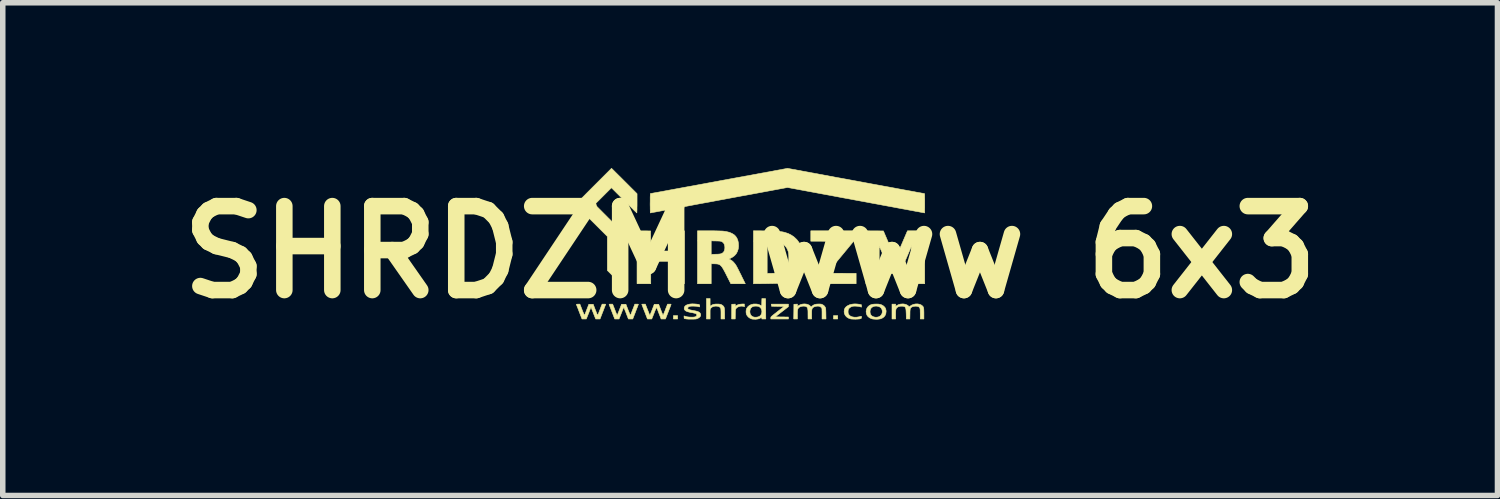
<source format=kicad_pcb>
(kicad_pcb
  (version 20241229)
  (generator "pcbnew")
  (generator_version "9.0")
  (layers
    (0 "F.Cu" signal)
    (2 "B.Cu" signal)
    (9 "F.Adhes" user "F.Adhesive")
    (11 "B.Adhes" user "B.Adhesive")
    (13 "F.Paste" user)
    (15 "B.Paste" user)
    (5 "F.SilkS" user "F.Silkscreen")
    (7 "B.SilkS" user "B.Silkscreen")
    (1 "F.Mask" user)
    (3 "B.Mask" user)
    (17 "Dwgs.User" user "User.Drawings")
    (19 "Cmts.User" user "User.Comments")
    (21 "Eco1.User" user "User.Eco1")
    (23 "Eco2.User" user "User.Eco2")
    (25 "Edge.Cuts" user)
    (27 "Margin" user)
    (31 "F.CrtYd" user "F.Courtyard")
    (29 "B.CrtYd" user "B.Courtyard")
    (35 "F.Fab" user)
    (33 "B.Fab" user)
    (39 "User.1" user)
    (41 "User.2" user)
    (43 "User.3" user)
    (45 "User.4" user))
  (footprint "SHRDZM www 6x3"
    (layer "F.Cu")
    (at 10.566 1.526)
    (property "Reference" "SHRDZM www 6x3" (at 0 0 0) (layer "F.SilkS") (effects (font (size 1.524 1.524) (thickness 0.3))))
    (attr through_hole)
    (fp_poly (pts (xy -1.316 1.214) (xy -1.392 1.214) (xy -1.392 1.153) (xy -1.316 1.153) (xy -1.316 1.214)) (stroke (width 0.01) (type solid)) (fill yes) (layer "F.SilkS"))
    (fp_poly (pts (xy 1.59 1.214) (xy 1.514 1.214) (xy 1.514 1.153) (xy 1.59 1.153) (xy 1.59 1.214)) (stroke (width 0.01) (type solid)) (fill yes) (layer "F.SilkS"))
    (fp_poly (pts (xy 1.91 -0.234) (xy 1.399 0.384) (xy 1.925 0.386) (xy 1.925 0.574) (xy 1.087 0.574) (xy 1.087 0.426) (xy 1.601 -0.196) (xy 1.102 -0.198) (xy 1.102 -0.386) (xy 1.91 -0.386) (xy 1.91 -0.234)) (stroke (width 0.01) (type solid)) (fill yes) (layer "F.SilkS"))
    (fp_poly (pts (xy -1.929 -0.385) (xy -1.806 -0.384) (xy -1.803 -0.02) (xy -1.443 -0.02) (xy -1.443 -0.386) (xy -1.194 -0.386) (xy -1.194 0.574) (xy -1.443 0.574) (xy -1.443 0.168) (xy -1.803 0.168) (xy -1.803 0.574) (xy -2.052 0.574) (xy -2.052 -0.386) (xy -1.929 -0.385)) (stroke (width 0.01) (type solid)) (fill yes) (layer "F.SilkS"))
    (fp_poly (pts (xy 0.696 0.99) (xy 0.456 1.176) (xy 0.576 1.177) (xy 0.696 1.179) (xy 0.696 1.214) (xy 0.376 1.214) (xy 0.376 1.194) (xy 0.376 1.189) (xy 0.377 1.184) (xy 0.38 1.178) (xy 0.385 1.172) (xy 0.394 1.163) (xy 0.407 1.152) (xy 0.425 1.137) (xy 0.448 1.119) (xy 0.479 1.095) (xy 0.496 1.081) (xy 0.616 0.988) (xy 0.389 0.983) (xy 0.385 0.945) (xy 0.696 0.945) (xy 0.696 0.99)) (stroke (width 0.01) (type solid)) (fill yes) (layer "F.SilkS"))
    (fp_poly (pts (xy -0.103 0.966) (xy -0.101 0.99) (xy -0.12 0.985) (xy -0.149 0.981) (xy -0.179 0.983) (xy -0.207 0.991) (xy -0.232 1.003) (xy -0.251 1.02) (xy -0.255 1.025) (xy -0.259 1.033) (xy -0.263 1.041) (xy -0.265 1.052) (xy -0.266 1.066) (xy -0.267 1.087) (xy -0.268 1.115) (xy -0.268 1.129) (xy -0.27 1.214) (xy -0.335 1.214) (xy -0.334 1.081) (xy -0.333 0.947) (xy -0.301 0.946) (xy -0.269 0.944) (xy -0.269 0.986) (xy -0.252 0.973) (xy -0.226 0.958) (xy -0.195 0.948) (xy -0.158 0.944) (xy -0.147 0.943) (xy -0.104 0.942) (xy -0.103 0.966)) (stroke (width 0.01) (type solid)) (fill yes) (layer "F.SilkS"))
    (fp_poly (pts (xy -2.283 -1.29) (xy -2.052 -1.059) (xy -2.052 -0.885) (xy -2.052 -0.844) (xy -2.053 -0.807) (xy -2.053 -0.774) (xy -2.054 -0.747) (xy -2.055 -0.727) (xy -2.055 -0.714) (xy -2.056 -0.711) (xy -2.06 -0.715) (xy -2.071 -0.725) (xy -2.088 -0.741) (xy -2.11 -0.762) (xy -2.136 -0.789) (xy -2.167 -0.819) (xy -2.201 -0.853) (xy -2.239 -0.89) (xy -2.278 -0.929) (xy -2.289 -0.94) (xy -2.517 -1.168) (xy -2.819 -0.866) (xy -2.581 -0.627) (xy -2.342 -0.389) (xy -2.343 0.095) (xy -2.344 0.579) (xy -2.468 0.456) (xy -2.591 0.333) (xy -2.591 -0.284) (xy -3.172 -0.863) (xy -2.844 -1.192) (xy -2.515 -1.521) (xy -2.283 -1.29)) (stroke (width 0.01) (type solid)) (fill yes) (layer "F.SilkS"))
    (fp_poly (pts (xy 2.262 -0.385) (xy 2.42 -0.384) (xy 2.526 -0.135) (xy 2.546 -0.087) (xy 2.565 -0.043) (xy 2.583 -0.002) (xy 2.599 0.035) (xy 2.612 0.065) (xy 2.623 0.09) (xy 2.631 0.107) (xy 2.635 0.117) (xy 2.636 0.118) (xy 2.638 0.114) (xy 2.644 0.102) (xy 2.654 0.082) (xy 2.666 0.055) (xy 2.681 0.022) (xy 2.698 -0.016) (xy 2.716 -0.059) (xy 2.736 -0.105) (xy 2.748 -0.132) (xy 2.857 -0.386) (xy 3.013 -0.386) (xy 3.17 -0.386) (xy 3.17 0.574) (xy 2.936 0.574) (xy 2.934 -0.117) (xy 2.825 0.137) (xy 2.716 0.391) (xy 2.637 0.39) (xy 2.559 0.389) (xy 2.452 0.138) (xy 2.344 -0.112) (xy 2.342 0.574) (xy 2.103 0.574) (xy 2.103 -0.386) (xy 2.262 -0.385)) (stroke (width 0.01) (type solid)) (fill yes) (layer "F.SilkS"))
    (fp_poly (pts (xy -0.726 0.987) (xy -0.715 0.976) (xy -0.692 0.96) (xy -0.665 0.949) (xy -0.63 0.944) (xy -0.602 0.943) (xy -0.568 0.944) (xy -0.542 0.947) (xy -0.521 0.954) (xy -0.503 0.965) (xy -0.497 0.969) (xy -0.486 0.98) (xy -0.477 0.991) (xy -0.471 1.004) (xy -0.467 1.021) (xy -0.464 1.043) (xy -0.463 1.072) (xy -0.462 1.109) (xy -0.462 1.119) (xy -0.462 1.214) (xy -0.528 1.214) (xy -0.528 1.121) (xy -0.528 1.088) (xy -0.529 1.063) (xy -0.53 1.045) (xy -0.531 1.032) (xy -0.533 1.023) (xy -0.536 1.016) (xy -0.538 1.013) (xy -0.553 0.997) (xy -0.575 0.987) (xy -0.6 0.982) (xy -0.628 0.981) (xy -0.656 0.985) (xy -0.682 0.994) (xy -0.703 1.007) (xy -0.716 1.023) (xy -0.72 1.03) (xy -0.723 1.038) (xy -0.725 1.049) (xy -0.726 1.065) (xy -0.726 1.087) (xy -0.726 1.117) (xy -0.726 1.126) (xy -0.726 1.214) (xy -0.792 1.214) (xy -0.792 0.843) (xy -0.726 0.843) (xy -0.726 0.987)) (stroke (width 0.01) (type solid)) (fill yes) (layer "F.SilkS"))
    (fp_poly (pts (xy 1.937 0.942) (xy 1.984 0.948) (xy 1.995 0.951) (xy 2.022 0.957) (xy 2.022 0.999) (xy 1.988 0.99) (xy 1.961 0.985) (xy 1.931 0.982) (xy 1.9 0.981) (xy 1.873 0.982) (xy 1.854 0.986) (xy 1.827 0.997) (xy 1.804 1.014) (xy 1.791 1.027) (xy 1.783 1.045) (xy 1.779 1.068) (xy 1.779 1.092) (xy 1.782 1.115) (xy 1.786 1.125) (xy 1.802 1.147) (xy 1.826 1.165) (xy 1.856 1.176) (xy 1.892 1.182) (xy 1.932 1.182) (xy 1.971 1.176) (xy 1.989 1.172) (xy 2.005 1.168) (xy 2.013 1.166) (xy 2.019 1.165) (xy 2.021 1.17) (xy 2.022 1.183) (xy 2.021 1.196) (xy 2.016 1.204) (xy 2.006 1.209) (xy 2.005 1.209) (xy 1.991 1.213) (xy 1.968 1.215) (xy 1.941 1.217) (xy 1.911 1.218) (xy 1.881 1.217) (xy 1.853 1.216) (xy 1.83 1.214) (xy 1.819 1.211) (xy 1.782 1.197) (xy 1.751 1.176) (xy 1.728 1.15) (xy 1.713 1.119) (xy 1.707 1.086) (xy 1.71 1.051) (xy 1.711 1.043) (xy 1.724 1.015) (xy 1.745 0.991) (xy 1.773 0.972) (xy 1.808 0.956) (xy 1.847 0.946) (xy 1.89 0.941) (xy 1.937 0.942)) (stroke (width 0.01) (type solid)) (fill yes) (layer "F.SilkS"))
    (fp_poly (pts (xy 2.328 0.944) (xy 2.359 0.949) (xy 2.385 0.957) (xy 2.409 0.969) (xy 2.428 0.984) (xy 2.449 1.006) (xy 2.461 1.03) (xy 2.468 1.059) (xy 2.469 1.08) (xy 2.464 1.118) (xy 2.451 1.15) (xy 2.43 1.177) (xy 2.4 1.198) (xy 2.366 1.212) (xy 2.342 1.216) (xy 2.313 1.219) (xy 2.28 1.219) (xy 2.249 1.217) (xy 2.222 1.214) (xy 2.206 1.21) (xy 2.169 1.193) (xy 2.141 1.171) (xy 2.121 1.144) (xy 2.11 1.112) (xy 2.109 1.107) (xy 2.107 1.083) (xy 2.177 1.083) (xy 2.18 1.111) (xy 2.19 1.136) (xy 2.207 1.157) (xy 2.21 1.159) (xy 2.238 1.174) (xy 2.27 1.182) (xy 2.303 1.182) (xy 2.335 1.175) (xy 2.354 1.166) (xy 2.376 1.148) (xy 2.391 1.124) (xy 2.399 1.097) (xy 2.4 1.068) (xy 2.393 1.04) (xy 2.378 1.016) (xy 2.373 1.01) (xy 2.35 0.994) (xy 2.321 0.984) (xy 2.29 0.98) (xy 2.259 0.982) (xy 2.23 0.992) (xy 2.206 1.007) (xy 2.206 1.007) (xy 2.189 1.029) (xy 2.18 1.055) (xy 2.177 1.083) (xy 2.107 1.083) (xy 2.107 1.068) (xy 2.114 1.034) (xy 2.13 1.004) (xy 2.148 0.984) (xy 2.17 0.967) (xy 2.195 0.955) (xy 2.225 0.947) (xy 2.261 0.944) (xy 2.289 0.943) (xy 2.328 0.944)) (stroke (width 0.01) (type solid)) (fill yes) (layer "F.SilkS"))
    (fp_poly (pts (xy -2.455 1.046) (xy -2.444 1.076) (xy -2.433 1.103) (xy -2.424 1.124) (xy -2.417 1.14) (xy -2.414 1.147) (xy -2.413 1.148) (xy -2.411 1.144) (xy -2.405 1.131) (xy -2.397 1.111) (xy -2.387 1.087) (xy -2.376 1.058) (xy -2.372 1.048) (xy -2.333 0.947) (xy -2.254 0.947) (xy -2.217 1.044) (xy -2.205 1.073) (xy -2.194 1.1) (xy -2.185 1.121) (xy -2.179 1.136) (xy -2.175 1.144) (xy -2.175 1.145) (xy -2.17 1.143) (xy -2.166 1.135) (xy -2.165 1.132) (xy -2.161 1.122) (xy -2.154 1.104) (xy -2.145 1.081) (xy -2.135 1.054) (xy -2.125 1.03) (xy -2.092 0.945) (xy -2.059 0.945) (xy -2.041 0.945) (xy -2.032 0.946) (xy -2.028 0.949) (xy -2.029 0.954) (xy -2.032 0.961) (xy -2.038 0.976) (xy -2.046 0.998) (xy -2.057 1.025) (xy -2.069 1.056) (xy -2.081 1.088) (xy -2.13 1.214) (xy -2.209 1.214) (xy -2.243 1.126) (xy -2.254 1.097) (xy -2.265 1.07) (xy -2.275 1.046) (xy -2.282 1.028) (xy -2.286 1.019) (xy -2.294 0.999) (xy -2.336 1.107) (xy -2.379 1.214) (xy -2.457 1.214) (xy -2.506 1.088) (xy -2.519 1.054) (xy -2.531 1.023) (xy -2.542 0.996) (xy -2.55 0.975) (xy -2.556 0.96) (xy -2.558 0.954) (xy -2.559 0.949) (xy -2.555 0.946) (xy -2.545 0.945) (xy -2.528 0.945) (xy -2.495 0.945) (xy -2.455 1.046)) (stroke (width 0.01) (type solid)) (fill yes) (layer "F.SilkS"))
    (fp_poly (pts (xy 0.248 0.844) (xy 0.282 0.846) (xy 0.285 1.214) (xy 0.213 1.214) (xy 0.213 1.177) (xy 0.201 1.188) (xy 0.177 1.204) (xy 0.145 1.214) (xy 0.105 1.219) (xy 0.09 1.219) (xy 0.068 1.218) (xy 0.048 1.217) (xy 0.034 1.215) (xy 0.03 1.214) (xy -0.003 1.2) (xy -0.033 1.178) (xy -0.055 1.151) (xy -0.065 1.133) (xy -0.071 1.111) (xy -0.073 1.083) (xy -0.073 1.074) (xy -0.004 1.074) (xy -0.004 1.09) (xy 0.002 1.122) (xy 0.016 1.147) (xy 0.036 1.166) (xy 0.065 1.179) (xy 0.086 1.182) (xy 0.112 1.182) (xy 0.138 1.178) (xy 0.161 1.171) (xy 0.168 1.168) (xy 0.189 1.151) (xy 0.204 1.128) (xy 0.212 1.101) (xy 0.214 1.073) (xy 0.209 1.045) (xy 0.197 1.02) (xy 0.18 1.002) (xy 0.159 0.989) (xy 0.132 0.982) (xy 0.099 0.981) (xy 0.094 0.981) (xy 0.072 0.983) (xy 0.056 0.987) (xy 0.041 0.994) (xy 0.036 0.997) (xy 0.014 1.017) (xy 0.001 1.043) (xy -0.004 1.074) (xy -0.073 1.074) (xy -0.071 1.055) (xy -0.066 1.031) (xy -0.062 1.023) (xy -0.04 0.992) (xy -0.012 0.968) (xy 0.024 0.951) (xy 0.065 0.942) (xy 0.072 0.942) (xy 0.108 0.942) (xy 0.143 0.947) (xy 0.174 0.958) (xy 0.193 0.968) (xy 0.211 0.981) (xy 0.212 0.912) (xy 0.214 0.843) (xy 0.248 0.844)) (stroke (width 0.01) (type solid)) (fill yes) (layer "F.SilkS"))
    (fp_poly (pts (xy -1.868 1.03) (xy -1.856 1.059) (xy -1.846 1.085) (xy -1.837 1.108) (xy -1.831 1.124) (xy -1.828 1.132) (xy -1.823 1.142) (xy -1.819 1.145) (xy -1.818 1.145) (xy -1.815 1.139) (xy -1.809 1.125) (xy -1.801 1.105) (xy -1.79 1.079) (xy -1.779 1.051) (xy -1.776 1.044) (xy -1.739 0.947) (xy -1.66 0.947) (xy -1.621 1.048) (xy -1.61 1.077) (xy -1.599 1.104) (xy -1.59 1.125) (xy -1.584 1.14) (xy -1.58 1.147) (xy -1.58 1.148) (xy -1.577 1.143) (xy -1.572 1.131) (xy -1.564 1.112) (xy -1.554 1.087) (xy -1.542 1.058) (xy -1.538 1.046) (xy -1.498 0.945) (xy -1.465 0.945) (xy -1.447 0.945) (xy -1.437 0.946) (xy -1.434 0.949) (xy -1.435 0.954) (xy -1.438 0.961) (xy -1.443 0.976) (xy -1.452 0.998) (xy -1.462 1.025) (xy -1.475 1.056) (xy -1.487 1.088) (xy -1.536 1.214) (xy -1.615 1.214) (xy -1.654 1.114) (xy -1.666 1.084) (xy -1.676 1.056) (xy -1.685 1.034) (xy -1.692 1.017) (xy -1.696 1.008) (xy -1.697 1.007) (xy -1.7 1.009) (xy -1.706 1.02) (xy -1.714 1.039) (xy -1.726 1.065) (xy -1.739 1.098) (xy -1.742 1.107) (xy -1.785 1.214) (xy -1.863 1.214) (xy -1.914 1.082) (xy -1.928 1.048) (xy -1.94 1.016) (xy -1.95 0.99) (xy -1.958 0.968) (xy -1.964 0.954) (xy -1.966 0.948) (xy -1.966 0.947) (xy -1.961 0.946) (xy -1.949 0.945) (xy -1.934 0.945) (xy -1.901 0.945) (xy -1.868 1.03)) (stroke (width 0.01) (type solid)) (fill yes) (layer "F.SilkS"))
    (fp_poly (pts (xy -3.05 1.046) (xy -3.038 1.076) (xy -3.027 1.103) (xy -3.018 1.124) (xy -3.012 1.14) (xy -3.008 1.147) (xy -3.007 1.148) (xy -3.005 1.143) (xy -2.999 1.131) (xy -2.991 1.112) (xy -2.981 1.087) (xy -2.97 1.058) (xy -2.966 1.048) (xy -2.927 0.947) (xy -2.848 0.947) (xy -2.811 1.044) (xy -2.799 1.073) (xy -2.789 1.1) (xy -2.78 1.121) (xy -2.773 1.136) (xy -2.769 1.144) (xy -2.769 1.145) (xy -2.766 1.142) (xy -2.76 1.131) (xy -2.752 1.115) (xy -2.747 1.101) (xy -2.737 1.075) (xy -2.725 1.045) (xy -2.713 1.014) (xy -2.708 0.999) (xy -2.686 0.945) (xy -2.654 0.945) (xy -2.637 0.945) (xy -2.625 0.946) (xy -2.621 0.947) (xy -2.623 0.953) (xy -2.628 0.966) (xy -2.636 0.987) (xy -2.646 1.013) (xy -2.658 1.044) (xy -2.671 1.078) (xy -2.673 1.082) (xy -2.724 1.214) (xy -2.803 1.214) (xy -2.845 1.107) (xy -2.857 1.077) (xy -2.868 1.05) (xy -2.877 1.027) (xy -2.883 1.011) (xy -2.887 1.003) (xy -2.888 1.002) (xy -2.89 1.007) (xy -2.896 1.02) (xy -2.904 1.04) (xy -2.914 1.065) (xy -2.925 1.094) (xy -2.931 1.109) (xy -2.973 1.214) (xy -3.051 1.214) (xy -3.101 1.086) (xy -3.114 1.052) (xy -3.126 1.02) (xy -3.137 0.994) (xy -3.145 0.972) (xy -3.151 0.958) (xy -3.153 0.951) (xy -3.153 0.951) (xy -3.152 0.948) (xy -3.143 0.946) (xy -3.125 0.945) (xy -3.123 0.945) (xy -3.089 0.945) (xy -3.05 1.046)) (stroke (width 0.01) (type solid)) (fill yes) (layer "F.SilkS"))
    (fp_poly (pts (xy 2.789 0.942) (xy 2.815 0.947) (xy 2.84 0.956) (xy 2.861 0.967) (xy 2.876 0.98) (xy 2.878 0.983) (xy 2.886 0.995) (xy 2.905 0.981) (xy 2.936 0.961) (xy 2.971 0.948) (xy 3.007 0.941) (xy 3.044 0.941) (xy 3.078 0.948) (xy 3.108 0.961) (xy 3.122 0.972) (xy 3.133 0.981) (xy 3.141 0.991) (xy 3.146 1.003) (xy 3.15 1.017) (xy 3.153 1.036) (xy 3.154 1.061) (xy 3.155 1.094) (xy 3.155 1.117) (xy 3.155 1.214) (xy 3.089 1.214) (xy 3.089 1.121) (xy 3.088 1.085) (xy 3.088 1.058) (xy 3.086 1.037) (xy 3.083 1.022) (xy 3.079 1.012) (xy 3.073 1.003) (xy 3.065 0.996) (xy 3.062 0.994) (xy 3.046 0.987) (xy 3.024 0.983) (xy 2.999 0.982) (xy 2.973 0.985) (xy 2.952 0.99) (xy 2.944 0.993) (xy 2.931 1.001) (xy 2.92 1.009) (xy 2.913 1.018) (xy 2.908 1.031) (xy 2.905 1.048) (xy 2.903 1.071) (xy 2.902 1.102) (xy 2.902 1.123) (xy 2.9 1.214) (xy 2.836 1.214) (xy 2.834 1.121) (xy 2.832 1.081) (xy 2.83 1.049) (xy 2.826 1.025) (xy 2.82 1.008) (xy 2.812 0.996) (xy 2.799 0.989) (xy 2.783 0.984) (xy 2.763 0.982) (xy 2.761 0.982) (xy 2.724 0.983) (xy 2.693 0.991) (xy 2.672 1.004) (xy 2.661 1.014) (xy 2.653 1.025) (xy 2.648 1.038) (xy 2.645 1.055) (xy 2.643 1.077) (xy 2.642 1.108) (xy 2.642 1.133) (xy 2.642 1.214) (xy 2.576 1.214) (xy 2.576 0.945) (xy 2.642 0.945) (xy 2.642 0.985) (xy 2.667 0.968) (xy 2.696 0.953) (xy 2.731 0.944) (xy 2.769 0.941) (xy 2.789 0.942)) (stroke (width 0.01) (type solid)) (fill yes) (layer "F.SilkS"))
    (fp_poly (pts (xy 0.273 -0.385) (xy 0.336 -0.384) (xy 0.391 -0.382) (xy 0.437 -0.381) (xy 0.477 -0.379) (xy 0.511 -0.377) (xy 0.541 -0.374) (xy 0.568 -0.37) (xy 0.592 -0.366) (xy 0.616 -0.361) (xy 0.628 -0.358) (xy 0.692 -0.337) (xy 0.751 -0.307) (xy 0.803 -0.27) (xy 0.849 -0.226) (xy 0.888 -0.175) (xy 0.919 -0.119) (xy 0.942 -0.057) (xy 0.953 -0.013) (xy 0.957 0.021) (xy 0.959 0.061) (xy 0.96 0.104) (xy 0.958 0.147) (xy 0.954 0.188) (xy 0.949 0.223) (xy 0.946 0.236) (xy 0.924 0.299) (xy 0.894 0.356) (xy 0.856 0.408) (xy 0.81 0.453) (xy 0.758 0.491) (xy 0.701 0.522) (xy 0.652 0.54) (xy 0.63 0.547) (xy 0.608 0.552) (xy 0.585 0.557) (xy 0.56 0.561) (xy 0.532 0.564) (xy 0.5 0.567) (xy 0.463 0.569) (xy 0.419 0.57) (xy 0.368 0.571) (xy 0.309 0.572) (xy 0.281 0.573) (xy 0.061 0.575) (xy 0.061 0.386) (xy 0.31 0.386) (xy 0.373 0.386) (xy 0.403 0.385) (xy 0.434 0.384) (xy 0.463 0.381) (xy 0.48 0.378) (xy 0.533 0.365) (xy 0.58 0.344) (xy 0.62 0.315) (xy 0.652 0.28) (xy 0.678 0.238) (xy 0.692 0.199) (xy 0.698 0.171) (xy 0.702 0.137) (xy 0.703 0.099) (xy 0.702 0.06) (xy 0.699 0.024) (xy 0.694 -0.005) (xy 0.692 -0.011) (xy 0.673 -0.059) (xy 0.647 -0.099) (xy 0.613 -0.133) (xy 0.571 -0.16) (xy 0.523 -0.18) (xy 0.502 -0.185) (xy 0.486 -0.189) (xy 0.461 -0.191) (xy 0.433 -0.194) (xy 0.402 -0.196) (xy 0.39 -0.197) (xy 0.31 -0.2) (xy 0.31 0.386) (xy 0.061 0.386) (xy 0.061 -0.387) (xy 0.273 -0.385)) (stroke (width 0.01) (type solid)) (fill yes) (layer "F.SilkS"))
    (fp_poly (pts (xy -0.703 -0.386) (xy -0.657 -0.386) (xy -0.613 -0.385) (xy -0.574 -0.384) (xy -0.54 -0.383) (xy -0.513 -0.382) (xy -0.494 -0.381) (xy -0.492 -0.381) (xy -0.429 -0.372) (xy -0.374 -0.358) (xy -0.328 -0.338) (xy -0.289 -0.314) (xy -0.259 -0.284) (xy -0.236 -0.247) (xy -0.22 -0.205) (xy -0.212 -0.163) (xy -0.209 -0.108) (xy -0.215 -0.057) (xy -0.23 -0.011) (xy -0.252 0.03) (xy -0.283 0.065) (xy -0.323 0.094) (xy -0.345 0.106) (xy -0.385 0.126) (xy -0.359 0.138) (xy -0.331 0.155) (xy -0.303 0.18) (xy -0.275 0.212) (xy -0.251 0.248) (xy -0.251 0.248) (xy -0.242 0.264) (xy -0.23 0.287) (xy -0.215 0.316) (xy -0.198 0.35) (xy -0.18 0.386) (xy -0.161 0.423) (xy -0.157 0.433) (xy -0.087 0.574) (xy -0.35 0.574) (xy -0.424 0.427) (xy -0.449 0.377) (xy -0.471 0.336) (xy -0.49 0.302) (xy -0.507 0.275) (xy -0.524 0.254) (xy -0.54 0.238) (xy -0.557 0.227) (xy -0.575 0.22) (xy -0.595 0.216) (xy -0.619 0.214) (xy -0.647 0.213) (xy -0.654 0.213) (xy -0.706 0.213) (xy -0.706 0.574) (xy -0.955 0.574) (xy -0.955 0.042) (xy -0.706 0.042) (xy -0.626 0.039) (xy -0.589 0.038) (xy -0.561 0.036) (xy -0.539 0.033) (xy -0.524 0.029) (xy -0.522 0.028) (xy -0.496 0.014) (xy -0.476 -0.008) (xy -0.464 -0.037) (xy -0.458 -0.072) (xy -0.459 -0.1) (xy -0.466 -0.135) (xy -0.479 -0.161) (xy -0.499 -0.181) (xy -0.512 -0.189) (xy -0.522 -0.193) (xy -0.532 -0.196) (xy -0.544 -0.199) (xy -0.56 -0.2) (xy -0.582 -0.201) (xy -0.611 -0.202) (xy -0.621 -0.202) (xy -0.706 -0.204) (xy -0.706 0.042) (xy -0.955 0.042) (xy -0.955 -0.386) (xy -0.75 -0.386) (xy -0.703 -0.386)) (stroke (width 0.01) (type solid)) (fill yes) (layer "F.SilkS"))
    (fp_poly (pts (xy -1.001 0.942) (xy -0.97 0.945) (xy -0.946 0.948) (xy -0.93 0.951) (xy -0.921 0.955) (xy -0.916 0.96) (xy -0.915 0.968) (xy -0.914 0.976) (xy -0.915 0.988) (xy -0.917 0.995) (xy -0.918 0.995) (xy -0.925 0.994) (xy -0.938 0.991) (xy -0.953 0.988) (xy -0.974 0.984) (xy -1.002 0.982) (xy -1.031 0.981) (xy -1.059 0.981) (xy -1.084 0.983) (xy -1.098 0.986) (xy -1.117 0.994) (xy -1.129 1.006) (xy -1.131 1.02) (xy -1.131 1.023) (xy -1.127 1.031) (xy -1.117 1.038) (xy -1.102 1.045) (xy -1.079 1.051) (xy -1.049 1.057) (xy -1.024 1.062) (xy -0.982 1.07) (xy -0.951 1.079) (xy -0.927 1.09) (xy -0.911 1.103) (xy -0.902 1.116) (xy -0.896 1.139) (xy -0.899 1.16) (xy -0.913 1.179) (xy -0.936 1.196) (xy -0.953 1.205) (xy -0.964 1.209) (xy -0.975 1.213) (xy -0.989 1.215) (xy -1.008 1.216) (xy -1.033 1.217) (xy -1.054 1.217) (xy -1.085 1.217) (xy -1.115 1.217) (xy -1.142 1.215) (xy -1.161 1.213) (xy -1.163 1.213) (xy -1.196 1.206) (xy -1.198 1.183) (xy -1.199 1.159) (xy -1.162 1.17) (xy -1.135 1.176) (xy -1.105 1.179) (xy -1.073 1.181) (xy -1.042 1.181) (xy -1.015 1.179) (xy -0.994 1.174) (xy -0.986 1.171) (xy -0.974 1.162) (xy -0.969 1.153) (xy -0.968 1.143) (xy -0.969 1.13) (xy -0.975 1.122) (xy -0.986 1.117) (xy -0.997 1.113) (xy -1.017 1.108) (xy -1.041 1.102) (xy -1.067 1.098) (xy -1.109 1.089) (xy -1.142 1.08) (xy -1.166 1.069) (xy -1.182 1.056) (xy -1.192 1.041) (xy -1.196 1.022) (xy -1.196 1.018) (xy -1.191 0.996) (xy -1.177 0.977) (xy -1.156 0.962) (xy -1.126 0.951) (xy -1.09 0.943) (xy -1.048 0.94) (xy -1.001 0.942)) (stroke (width 0.01) (type solid)) (fill yes) (layer "F.SilkS"))
    (fp_poly (pts (xy 1.016 0.943) (xy 1.048 0.951) (xy 1.076 0.965) (xy 1.095 0.982) (xy 1.108 0.997) (xy 1.124 0.981) (xy 1.146 0.964) (xy 1.172 0.952) (xy 1.202 0.945) (xy 1.239 0.943) (xy 1.242 0.943) (xy 1.266 0.943) (xy 1.283 0.944) (xy 1.296 0.946) (xy 1.307 0.951) (xy 1.32 0.957) (xy 1.344 0.974) (xy 1.36 0.995) (xy 1.361 0.995) (xy 1.365 1.004) (xy 1.369 1.012) (xy 1.371 1.021) (xy 1.373 1.033) (xy 1.374 1.049) (xy 1.375 1.072) (xy 1.376 1.102) (xy 1.376 1.116) (xy 1.378 1.214) (xy 1.306 1.214) (xy 1.306 1.118) (xy 1.306 1.085) (xy 1.305 1.06) (xy 1.305 1.042) (xy 1.304 1.029) (xy 1.302 1.021) (xy 1.299 1.015) (xy 1.295 1.009) (xy 1.293 1.007) (xy 1.279 0.995) (xy 1.263 0.986) (xy 1.261 0.985) (xy 1.237 0.981) (xy 1.208 0.982) (xy 1.18 0.988) (xy 1.157 0.997) (xy 1.144 1.006) (xy 1.134 1.015) (xy 1.127 1.026) (xy 1.122 1.041) (xy 1.119 1.062) (xy 1.118 1.089) (xy 1.118 1.125) (xy 1.118 1.13) (xy 1.118 1.214) (xy 1.052 1.214) (xy 1.051 1.126) (xy 1.051 1.088) (xy 1.05 1.059) (xy 1.047 1.036) (xy 1.044 1.02) (xy 1.038 1.008) (xy 1.031 0.999) (xy 1.026 0.994) (xy 1.006 0.985) (xy 0.98 0.981) (xy 0.952 0.982) (xy 0.924 0.988) (xy 0.899 0.998) (xy 0.882 1.01) (xy 0.874 1.021) (xy 0.868 1.032) (xy 0.863 1.048) (xy 0.861 1.068) (xy 0.859 1.095) (xy 0.859 1.13) (xy 0.859 1.139) (xy 0.859 1.214) (xy 0.792 1.214) (xy 0.794 1.081) (xy 0.795 0.947) (xy 0.827 0.946) (xy 0.859 0.944) (xy 0.859 0.986) (xy 0.881 0.971) (xy 0.911 0.955) (xy 0.945 0.945) (xy 0.981 0.941) (xy 1.016 0.943)) (stroke (width 0.01) (type solid)) (fill yes) (layer "F.SilkS"))
    (fp_poly (pts (xy 1.565 -1.356) (xy 1.715 -1.329) (xy 1.855 -1.303) (xy 1.986 -1.279) (xy 2.108 -1.256) (xy 2.221 -1.235) (xy 2.326 -1.216) (xy 2.423 -1.198) (xy 2.512 -1.182) (xy 2.593 -1.167) (xy 2.668 -1.153) (xy 2.736 -1.14) (xy 2.797 -1.129) (xy 2.852 -1.119) (xy 2.902 -1.11) (xy 2.945 -1.102) (xy 2.984 -1.095) (xy 3.018 -1.088) (xy 3.047 -1.083) (xy 3.073 -1.078) (xy 3.094 -1.075) (xy 3.112 -1.071) (xy 3.126 -1.069) (xy 3.138 -1.067) (xy 3.147 -1.065) (xy 3.154 -1.064) (xy 3.159 -1.063) (xy 3.163 -1.062) (xy 3.165 -1.062) (xy 3.166 -1.062) (xy 3.166 -1.062) (xy 3.167 -1.057) (xy 3.168 -1.043) (xy 3.169 -1.021) (xy 3.169 -0.993) (xy 3.17 -0.959) (xy 3.17 -0.921) (xy 3.17 -0.886) (xy 3.17 -0.845) (xy 3.17 -0.808) (xy 3.169 -0.775) (xy 3.169 -0.747) (xy 3.169 -0.727) (xy 3.168 -0.715) (xy 3.168 -0.711) (xy 3.163 -0.712) (xy 3.148 -0.715) (xy 3.124 -0.719) (xy 3.092 -0.725) (xy 3.052 -0.733) (xy 3.004 -0.741) (xy 2.948 -0.752) (xy 2.887 -0.763) (xy 2.819 -0.776) (xy 2.745 -0.789) (xy 2.666 -0.804) (xy 2.582 -0.82) (xy 2.494 -0.836) (xy 2.402 -0.853) (xy 2.307 -0.871) (xy 2.208 -0.889) (xy 2.108 -0.908) (xy 2.005 -0.927) (xy 1.901 -0.946) (xy 1.796 -0.966) (xy 1.69 -0.985) (xy 1.584 -1.005) (xy 1.479 -1.025) (xy 1.374 -1.044) (xy 1.271 -1.063) (xy 1.17 -1.082) (xy 1.071 -1.1) (xy 1.019 -1.11) (xy 0.68 -1.173) (xy -0.073 -1.033) (xy -0.169 -1.016) (xy -0.27 -0.997) (xy -0.373 -0.978) (xy -0.478 -0.958) (xy -0.583 -0.939) (xy -0.687 -0.919) (xy -0.79 -0.9) (xy -0.89 -0.882) (xy -0.986 -0.864) (xy -1.076 -0.847) (xy -1.16 -0.831) (xy -1.237 -0.817) (xy -1.305 -0.805) (xy -1.316 -0.802) (xy -1.386 -0.79) (xy -1.452 -0.777) (xy -1.515 -0.766) (xy -1.573 -0.755) (xy -1.627 -0.745) (xy -1.675 -0.736) (xy -1.717 -0.728) (xy -1.752 -0.722) (xy -1.78 -0.717) (xy -1.799 -0.713) (xy -1.809 -0.711) (xy -1.811 -0.711) (xy -1.811 -0.716) (xy -1.812 -0.73) (xy -1.812 -0.752) (xy -1.813 -0.78) (xy -1.813 -0.814) (xy -1.814 -0.852) (xy -1.814 -0.886) (xy -1.813 -0.928) (xy -1.813 -0.965) (xy -1.813 -0.998) (xy -1.812 -1.026) (xy -1.811 -1.046) (xy -1.81 -1.058) (xy -1.81 -1.062) (xy -1.804 -1.063) (xy -1.79 -1.065) (xy -1.766 -1.07) (xy -1.733 -1.076) (xy -1.692 -1.083) (xy -1.643 -1.092) (xy -1.587 -1.102) (xy -1.524 -1.114) (xy -1.454 -1.127) (xy -1.378 -1.141) (xy -1.296 -1.156) (xy -1.209 -1.172) (xy -1.117 -1.189) (xy -1.021 -1.206) (xy -0.92 -1.225) (xy -0.816 -1.244) (xy -0.709 -1.264) (xy -0.599 -1.284) (xy -0.563 -1.291) (xy 0.68 -1.52) (xy 1.565 -1.356)) (stroke (width 0.01) (type solid)) (fill yes) (layer "F.SilkS")))
  (gr_rect
    (start -3 -3)
    (end 24.133 5.944)
    (stroke (width 0.1) (type default))
    (fill no)
    (layer "Edge.Cuts")))
</source>
